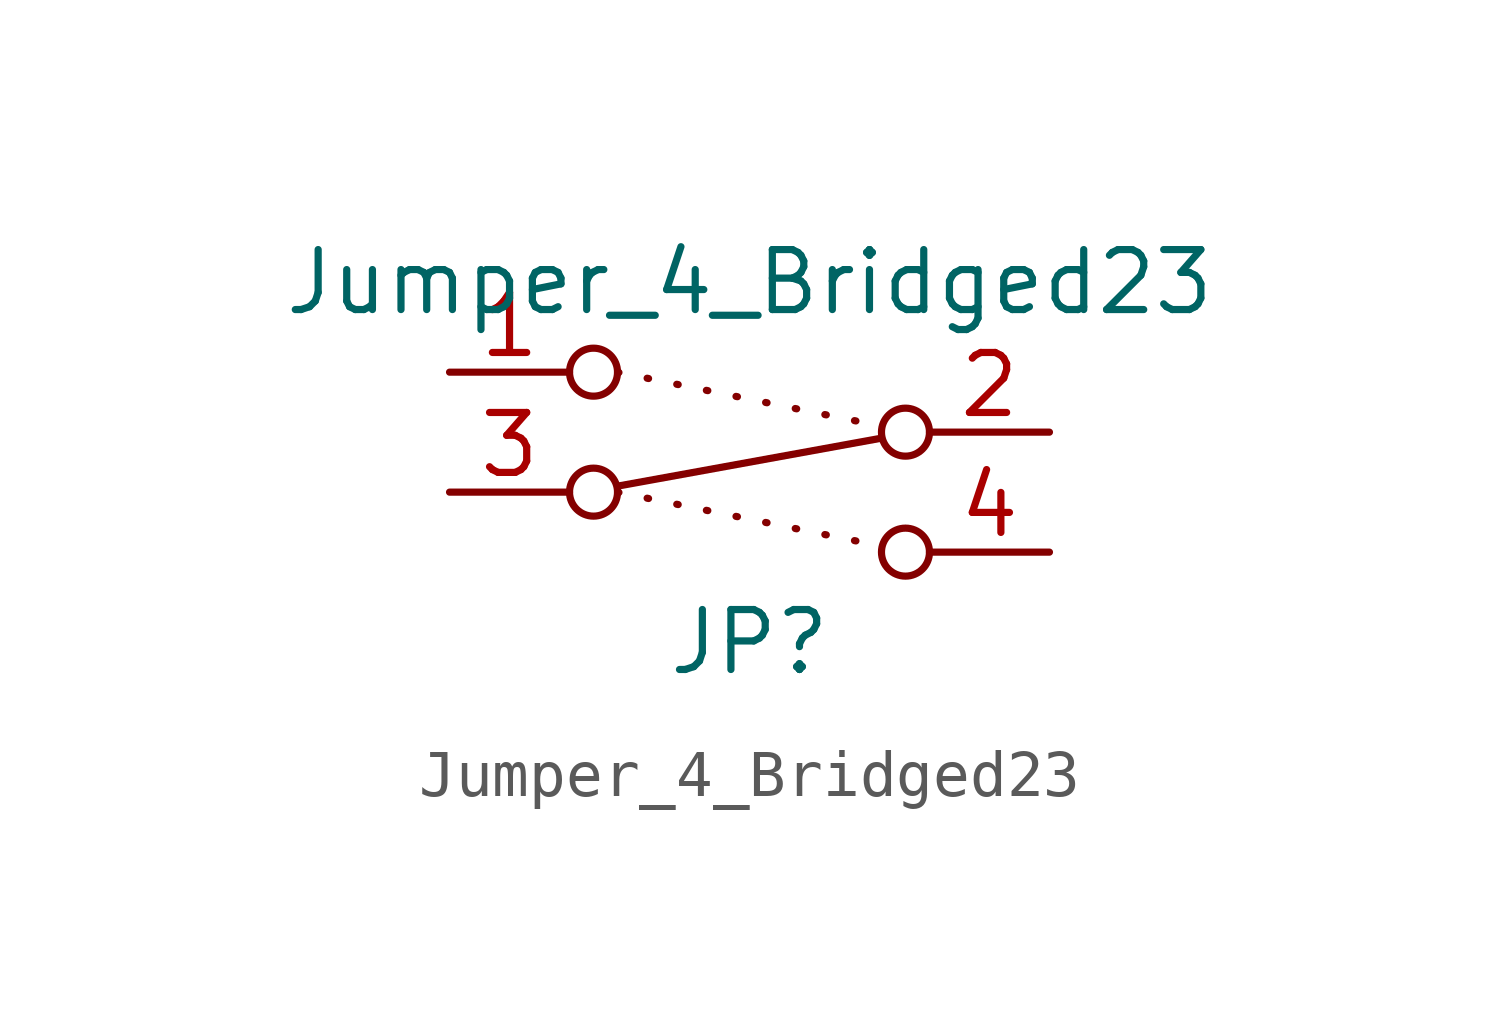
<source format=kicad_sym>
(kicad_symbol_lib
  (version 20220914)
  (generator kicad_symbol_editor)
  (symbol "Jumper_4_Bridged23"
    (pin_names
      (offset 0) hide)
    (property "Reference" "JP"
      (at 0 -4.445 0)
      (effects (font (size 1.27 1.27))))
    (property "Value" "Jumper_4_Bridged23"
      (at 0 3.175 0)
      (effects (font (size 1.27 1.27))))
    (symbol "Jumper_4_Bridged23_0_0"
      (circle (center -3.302 -1.27) (radius 0.508) (stroke (width 0) (type default)) (fill (type none)))
      (circle (center -3.302 1.27) (radius 0.508) (stroke (width 0) (type default)) (fill (type none)))
      (circle (center 3.302 -2.54) (radius 0.508) (stroke (width 0) (type default)) (fill (type none)))
      (circle (center 3.302 0) (radius 0.508) (stroke (width 0) (type default)) (fill (type none))))
    (symbol "Jumper_4_Bridged23_0_1"
      (polyline (pts (xy 2.794 -0.127) (xy -2.794 -1.143)) (stroke (width 0) (type default)) (fill (type none))))
    (symbol "Jumper_4_Bridged23_1_1"
      (polyline (pts (xy -2.794 -1.27) (xy 2.794 -2.413)) (stroke (width 0) (type dot)) (fill (type none)))
      (polyline (pts (xy -2.794 1.27) (xy 2.794 0.127)) (stroke (width 0) (type dot)) (fill (type none)))
      (pin passive line (at -6.35 1.27 0) (length 2.54) (name "A" (effects (font (size 1.27 1.27)))) (number "1" (effects (font (size 1.27 1.27)))))
      (pin passive line (at 6.35 0 180) (length 2.54) (name "B" (effects (font (size 1.27 1.27)))) (number "2" (effects (font (size 1.27 1.27)))))
      (pin passive line (at -6.35 -1.27 0) (length 2.54) (name "C" (effects (font (size 1.27 1.27)))) (number "3" (effects (font (size 1.27 1.27)))))
      (pin passive line (at 6.35 -2.54 180) (length 2.54) (name "D" (effects (font (size 1.27 1.27)))) (number "4" (effects (font (size 1.27 1.27))))))))
</source>
